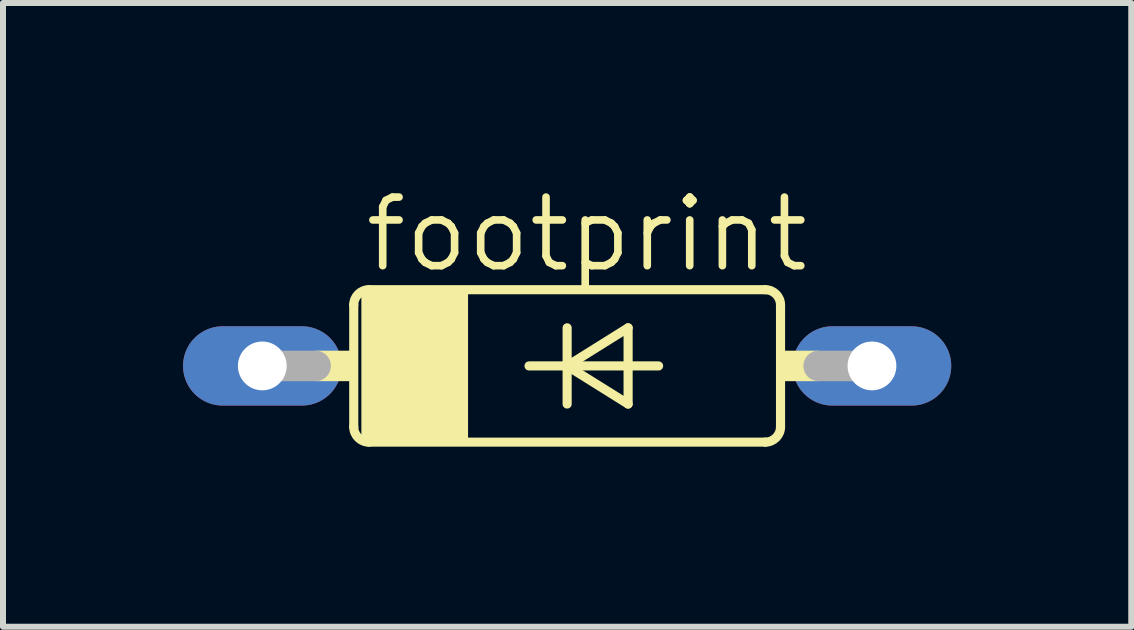
<source format=kicad_pcb>
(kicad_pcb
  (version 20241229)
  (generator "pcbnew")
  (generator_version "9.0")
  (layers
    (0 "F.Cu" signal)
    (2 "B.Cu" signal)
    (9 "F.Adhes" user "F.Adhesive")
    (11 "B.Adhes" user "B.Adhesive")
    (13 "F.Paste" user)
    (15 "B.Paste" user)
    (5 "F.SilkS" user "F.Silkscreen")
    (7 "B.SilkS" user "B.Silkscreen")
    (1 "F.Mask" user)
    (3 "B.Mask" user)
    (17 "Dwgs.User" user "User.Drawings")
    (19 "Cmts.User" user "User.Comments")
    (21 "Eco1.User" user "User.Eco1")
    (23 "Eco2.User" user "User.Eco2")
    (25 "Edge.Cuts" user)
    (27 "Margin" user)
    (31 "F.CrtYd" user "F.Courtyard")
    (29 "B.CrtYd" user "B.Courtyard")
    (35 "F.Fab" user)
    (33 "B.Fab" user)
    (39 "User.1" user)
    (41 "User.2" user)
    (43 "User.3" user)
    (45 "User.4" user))
  (footprint "footprint"
    (layer "F.Cu")
    (at 6.401 3.048)
    (property "Reference" "footprint" (at -3.429 -1.524 0) (layer "F.SilkS") (effects (font (size 1.143 1.143) (thickness 0.127)) (justify left bottom)))
    (fp_line (start -3.556 -1.016) (end -3.556 1.016) (stroke (width 0.152) (type solid)) (layer "F.SilkS"))
    (fp_line (start -3.302 -1.27) (end 3.302 -1.27) (stroke (width 0.152) (type solid)) (layer "F.SilkS"))
    (fp_line (start -3.302 1.27) (end 3.302 1.27) (stroke (width 0.152) (type solid)) (layer "F.SilkS"))
    (fp_line (start -0.635 0) (end 0 0) (stroke (width 0.152) (type solid)) (layer "F.SilkS"))
    (fp_line (start 0 -0.635) (end 0 0) (stroke (width 0.152) (type solid)) (layer "F.SilkS"))
    (fp_line (start 0 0) (end 0 0.635) (stroke (width 0.152) (type solid)) (layer "F.SilkS"))
    (fp_line (start 0 0) (end 1.016 -0.635) (stroke (width 0.152) (type solid)) (layer "F.SilkS"))
    (fp_line (start 0 0) (end 1.524 0) (stroke (width 0.152) (type solid)) (layer "F.SilkS"))
    (fp_line (start 1.016 -0.635) (end 1.016 0.635) (stroke (width 0.152) (type solid)) (layer "F.SilkS"))
    (fp_line (start 1.016 0.635) (end 0 0) (stroke (width 0.152) (type solid)) (layer "F.SilkS"))
    (fp_line (start 3.556 1.016) (end 3.556 -1.016) (stroke (width 0.152) (type solid)) (layer "F.SilkS"))
    (fp_arc (start -3.556 -1.016) (mid -3.481605 -1.195605) (end -3.302 -1.27) (stroke (width 0.1524) (type solid)) (layer "F.SilkS"))
    (fp_arc (start -3.302 1.27) (mid -3.481605 1.195605) (end -3.556 1.016) (stroke (width 0.1524) (type solid)) (layer "F.SilkS"))
    (fp_arc (start 3.302 -1.27) (mid 3.481605 -1.195605) (end 3.556 -1.016) (stroke (width 0.1524) (type solid)) (layer "F.SilkS"))
    (fp_arc (start 3.556 1.016) (mid 3.481605 1.195605) (end 3.302 1.27) (stroke (width 0.1524) (type solid)) (layer "F.SilkS"))
    (fp_poly (pts (xy -4.191 0.254) (xy -3.556 0.254) (xy -3.556 -0.254) (xy -4.191 -0.254)) (stroke (width 0) (type solid)) (fill yes) (layer "F.SilkS"))
    (fp_poly (pts (xy -3.429 1.27) (xy -1.651 1.27) (xy -1.651 -1.27) (xy -3.429 -1.27)) (stroke (width 0) (type solid)) (fill yes) (layer "F.SilkS"))
    (fp_poly (pts (xy 3.556 0.254) (xy 4.191 0.254) (xy 4.191 -0.254) (xy 3.556 -0.254)) (stroke (width 0) (type solid)) (fill yes) (layer "F.SilkS"))
    (fp_line (start -5.08 0) (end -4.191 0) (stroke (width 0.508) (type solid)) (layer "F.Fab"))
    (fp_line (start 5.08 0) (end 4.191 0) (stroke (width 0.508) (type solid)) (layer "F.Fab"))
    (pad "A" thru_hole oval (at 5.08 0) (size 2.642 1.321) (drill 0.813) (layers "*.Cu" "*.Mask"))
    (pad "C" thru_hole oval (at -5.08 0) (size 2.642 1.321) (drill 0.813) (layers "*.Cu" "*.Mask")))
  (gr_rect
    (start -3 -3)
    (end 15.802 7.394)
    (stroke (width 0.1) (type default))
    (fill no)
    (layer "Edge.Cuts")))
</source>
